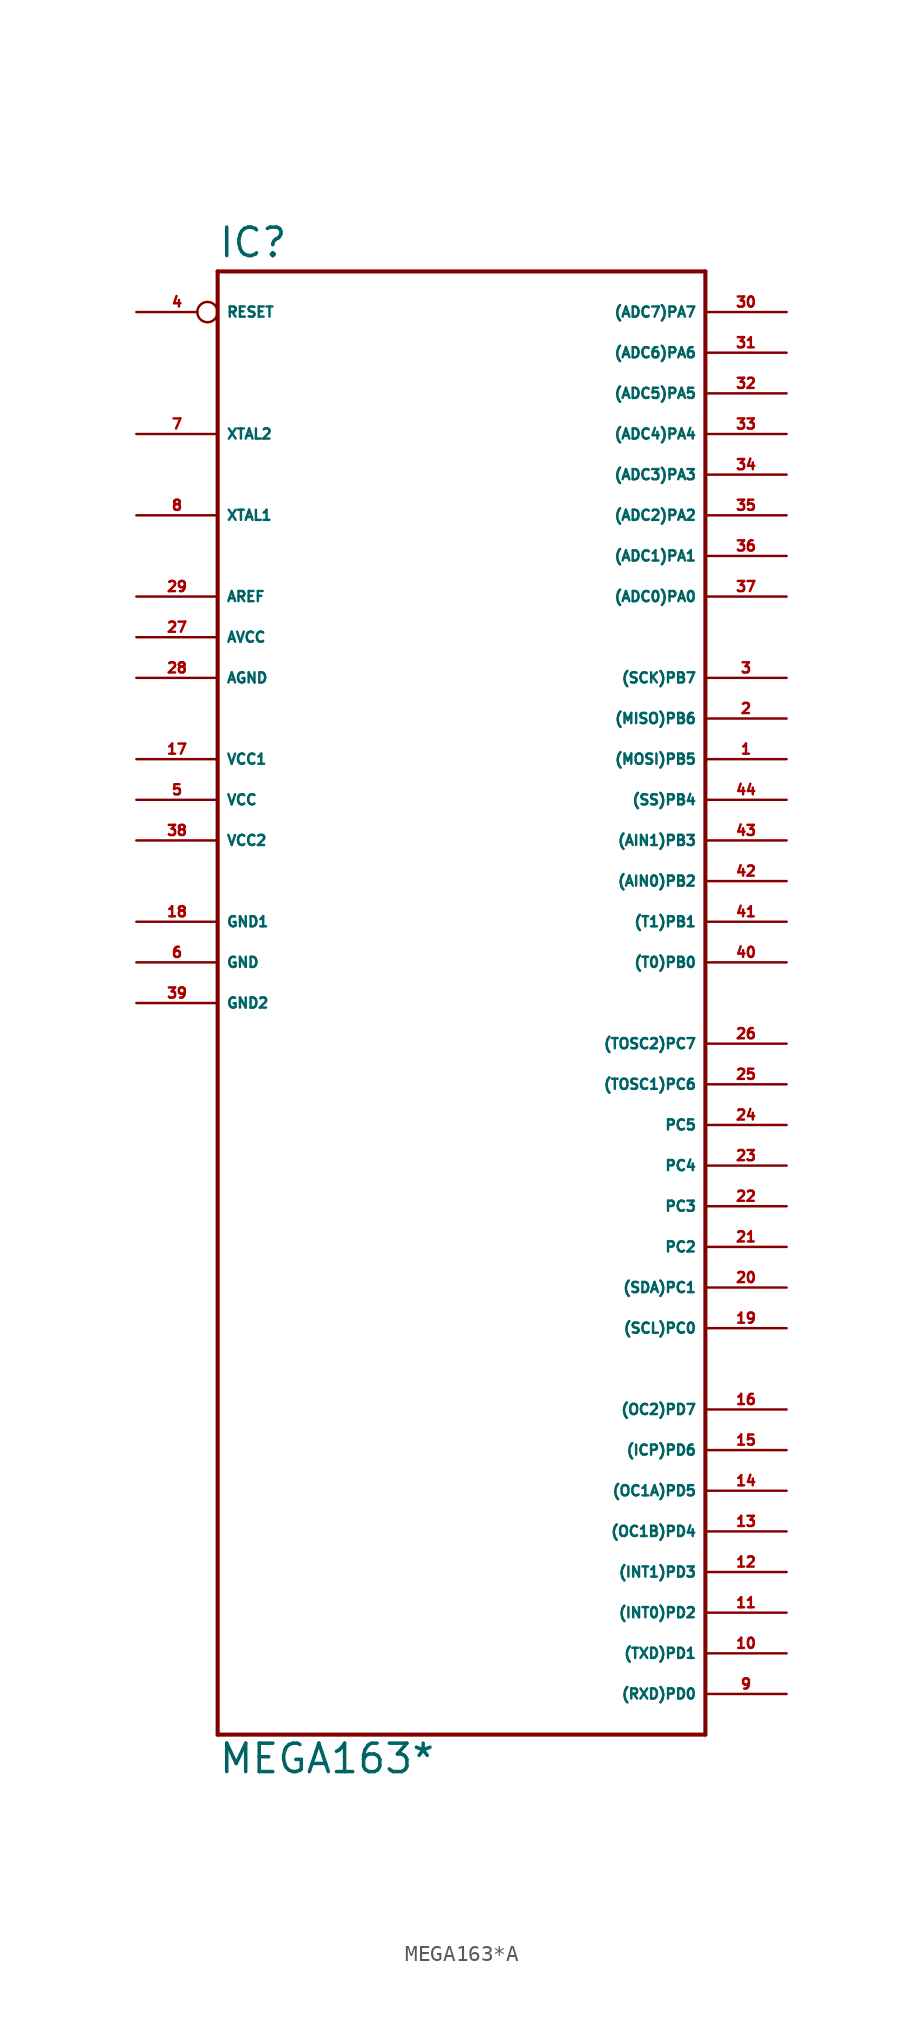
<source format=kicad_sym>
(kicad_symbol_lib
  (version 20220914)
  (generator Eagle2Kicad)
  (symbol "MEGA163*A"
    (property "Reference" "IC"
      (at -15.24 43.942 0)
      (effects (font (size 1.778 1.778) (thickness 0.22)) (justify left bottom)))
    (property "Value" "MEGA163*"
      (at -15.24 -50.8 0)
      (effects (font (size 1.778 1.778) (thickness 0.22)) (justify left bottom)))
    (polyline
      (pts (xy -15.24 43.18) (xy 15.24 43.18))
      (stroke (width 0.254) (type default))
      (fill (type none)))
    (polyline
      (pts (xy 15.24 43.18) (xy 15.24 -48.26))
      (stroke (width 0.254) (type default))
      (fill (type none)))
    (polyline
      (pts (xy 15.24 -48.26) (xy -15.24 -48.26))
      (stroke (width 0.254) (type default))
      (fill (type none)))
    (polyline
      (pts (xy -15.24 -48.26) (xy -15.24 43.18))
      (stroke (width 0.254) (type default))
      (fill (type none)))
    (pin bidirectional line
      (at 20.32 40.64 180)
      (length 5.08)
      (name "(ADC7)PA7" (effects (font (size 0.635 0.635) (thickness 0.08)) (justify left bottom)))
      (number "30" (effects (font (size 0.635 0.635) (thickness 0.08)) (justify left bottom))))
    (pin bidirectional line
      (at 20.32 38.1 180)
      (length 5.08)
      (name "(ADC6)PA6" (effects (font (size 0.635 0.635) (thickness 0.08)) (justify left bottom)))
      (number "31" (effects (font (size 0.635 0.635) (thickness 0.08)) (justify left bottom))))
    (pin bidirectional line
      (at 20.32 35.56 180)
      (length 5.08)
      (name "(ADC5)PA5" (effects (font (size 0.635 0.635) (thickness 0.08)) (justify left bottom)))
      (number "32" (effects (font (size 0.635 0.635) (thickness 0.08)) (justify left bottom))))
    (pin bidirectional line
      (at 20.32 33.02 180)
      (length 5.08)
      (name "(ADC4)PA4" (effects (font (size 0.635 0.635) (thickness 0.08)) (justify left bottom)))
      (number "33" (effects (font (size 0.635 0.635) (thickness 0.08)) (justify left bottom))))
    (pin bidirectional line
      (at 20.32 30.48 180)
      (length 5.08)
      (name "(ADC3)PA3" (effects (font (size 0.635 0.635) (thickness 0.08)) (justify left bottom)))
      (number "34" (effects (font (size 0.635 0.635) (thickness 0.08)) (justify left bottom))))
    (pin bidirectional line
      (at 20.32 27.94 180)
      (length 5.08)
      (name "(ADC2)PA2" (effects (font (size 0.635 0.635) (thickness 0.08)) (justify left bottom)))
      (number "35" (effects (font (size 0.635 0.635) (thickness 0.08)) (justify left bottom))))
    (pin bidirectional line
      (at 20.32 25.4 180)
      (length 5.08)
      (name "(ADC1)PA1" (effects (font (size 0.635 0.635) (thickness 0.08)) (justify left bottom)))
      (number "36" (effects (font (size 0.635 0.635) (thickness 0.08)) (justify left bottom))))
    (pin bidirectional line
      (at 20.32 22.86 180)
      (length 5.08)
      (name "(ADC0)PA0" (effects (font (size 0.635 0.635) (thickness 0.08)) (justify left bottom)))
      (number "37" (effects (font (size 0.635 0.635) (thickness 0.08)) (justify left bottom))))
    (pin bidirectional line
      (at 20.32 17.78 180)
      (length 5.08)
      (name "(SCK)PB7" (effects (font (size 0.635 0.635) (thickness 0.08)) (justify left bottom)))
      (number "3" (effects (font (size 0.635 0.635) (thickness 0.08)) (justify left bottom))))
    (pin bidirectional line
      (at 20.32 15.24 180)
      (length 5.08)
      (name "(MISO)PB6" (effects (font (size 0.635 0.635) (thickness 0.08)) (justify left bottom)))
      (number "2" (effects (font (size 0.635 0.635) (thickness 0.08)) (justify left bottom))))
    (pin bidirectional line
      (at 20.32 12.7 180)
      (length 5.08)
      (name "(MOSI)PB5" (effects (font (size 0.635 0.635) (thickness 0.08)) (justify left bottom)))
      (number "1" (effects (font (size 0.635 0.635) (thickness 0.08)) (justify left bottom))))
    (pin bidirectional line
      (at 20.32 10.16 180)
      (length 5.08)
      (name "(SS)PB4" (effects (font (size 0.635 0.635) (thickness 0.08)) (justify left bottom)))
      (number "44" (effects (font (size 0.635 0.635) (thickness 0.08)) (justify left bottom))))
    (pin bidirectional line
      (at 20.32 7.62 180)
      (length 5.08)
      (name "(AIN1)PB3" (effects (font (size 0.635 0.635) (thickness 0.08)) (justify left bottom)))
      (number "43" (effects (font (size 0.635 0.635) (thickness 0.08)) (justify left bottom))))
    (pin bidirectional line
      (at 20.32 5.08 180)
      (length 5.08)
      (name "(AIN0)PB2" (effects (font (size 0.635 0.635) (thickness 0.08)) (justify left bottom)))
      (number "42" (effects (font (size 0.635 0.635) (thickness 0.08)) (justify left bottom))))
    (pin bidirectional line
      (at 20.32 2.54 180)
      (length 5.08)
      (name "(T1)PB1" (effects (font (size 0.635 0.635) (thickness 0.08)) (justify left bottom)))
      (number "41" (effects (font (size 0.635 0.635) (thickness 0.08)) (justify left bottom))))
    (pin bidirectional line
      (at 20.32 0 180)
      (length 5.08)
      (name "(T0)PB0" (effects (font (size 0.635 0.635) (thickness 0.08)) (justify left bottom)))
      (number "40" (effects (font (size 0.635 0.635) (thickness 0.08)) (justify left bottom))))
    (pin bidirectional line
      (at 20.32 -5.08 180)
      (length 5.08)
      (name "(TOSC2)PC7" (effects (font (size 0.635 0.635) (thickness 0.08)) (justify left bottom)))
      (number "26" (effects (font (size 0.635 0.635) (thickness 0.08)) (justify left bottom))))
    (pin bidirectional line
      (at 20.32 -7.62 180)
      (length 5.08)
      (name "(TOSC1)PC6" (effects (font (size 0.635 0.635) (thickness 0.08)) (justify left bottom)))
      (number "25" (effects (font (size 0.635 0.635) (thickness 0.08)) (justify left bottom))))
    (pin bidirectional line
      (at 20.32 -10.16 180)
      (length 5.08)
      (name "PC5" (effects (font (size 0.635 0.635) (thickness 0.08)) (justify left bottom)))
      (number "24" (effects (font (size 0.635 0.635) (thickness 0.08)) (justify left bottom))))
    (pin bidirectional line
      (at 20.32 -12.7 180)
      (length 5.08)
      (name "PC4" (effects (font (size 0.635 0.635) (thickness 0.08)) (justify left bottom)))
      (number "23" (effects (font (size 0.635 0.635) (thickness 0.08)) (justify left bottom))))
    (pin bidirectional line
      (at 20.32 -15.24 180)
      (length 5.08)
      (name "PC3" (effects (font (size 0.635 0.635) (thickness 0.08)) (justify left bottom)))
      (number "22" (effects (font (size 0.635 0.635) (thickness 0.08)) (justify left bottom))))
    (pin bidirectional line
      (at 20.32 -17.78 180)
      (length 5.08)
      (name "PC2" (effects (font (size 0.635 0.635) (thickness 0.08)) (justify left bottom)))
      (number "21" (effects (font (size 0.635 0.635) (thickness 0.08)) (justify left bottom))))
    (pin bidirectional line
      (at 20.32 -20.32 180)
      (length 5.08)
      (name "(SDA)PC1" (effects (font (size 0.635 0.635) (thickness 0.08)) (justify left bottom)))
      (number "20" (effects (font (size 0.635 0.635) (thickness 0.08)) (justify left bottom))))
    (pin bidirectional line
      (at 20.32 -22.86 180)
      (length 5.08)
      (name "(SCL)PC0" (effects (font (size 0.635 0.635) (thickness 0.08)) (justify left bottom)))
      (number "19" (effects (font (size 0.635 0.635) (thickness 0.08)) (justify left bottom))))
    (pin unspecified line
      (at -20.32 17.78 0)
      (length 5.08)
      (name "AGND" (effects (font (size 0.635 0.635) (thickness 0.08)) (justify left bottom)))
      (number "28" (effects (font (size 0.635 0.635) (thickness 0.08)) (justify left bottom))))
    (pin unspecified line
      (at -20.32 20.32 0)
      (length 5.08)
      (name "AVCC" (effects (font (size 0.635 0.635) (thickness 0.08)) (justify left bottom)))
      (number "27" (effects (font (size 0.635 0.635) (thickness 0.08)) (justify left bottom))))
    (pin passive line
      (at -20.32 22.86 0)
      (length 5.08)
      (name "AREF" (effects (font (size 0.635 0.635) (thickness 0.08)) (justify left bottom)))
      (number "29" (effects (font (size 0.635 0.635) (thickness 0.08)) (justify left bottom))))
    (pin bidirectional line
      (at -20.32 27.94 0)
      (length 5.08)
      (name "XTAL1" (effects (font (size 0.635 0.635) (thickness 0.08)) (justify left bottom)))
      (number "8" (effects (font (size 0.635 0.635) (thickness 0.08)) (justify left bottom))))
    (pin bidirectional line
      (at -20.32 33.02 0)
      (length 5.08)
      (name "XTAL2" (effects (font (size 0.635 0.635) (thickness 0.08)) (justify left bottom)))
      (number "7" (effects (font (size 0.635 0.635) (thickness 0.08)) (justify left bottom))))
    (pin unspecified line
      (at -20.32 2.54 0)
      (length 5.08)
      (name "GND1" (effects (font (size 0.635 0.635) (thickness 0.08)) (justify left bottom)))
      (number "18" (effects (font (size 0.635 0.635) (thickness 0.08)) (justify left bottom))))
    (pin unspecified line
      (at -20.32 -2.54 0)
      (length 5.08)
      (name "GND2" (effects (font (size 0.635 0.635) (thickness 0.08)) (justify left bottom)))
      (number "39" (effects (font (size 0.635 0.635) (thickness 0.08)) (justify left bottom))))
    (pin input inverted
      (at -20.32 40.64 0)
      (length 5.08)
      (name "RESET" (effects (font (size 0.635 0.635) (thickness 0.08)) (justify left bottom)))
      (number "4" (effects (font (size 0.635 0.635) (thickness 0.08)) (justify left bottom))))
    (pin bidirectional line
      (at 20.32 -45.72 180)
      (length 5.08)
      (name "(RXD)PD0" (effects (font (size 0.635 0.635) (thickness 0.08)) (justify left bottom)))
      (number "9" (effects (font (size 0.635 0.635) (thickness 0.08)) (justify left bottom))))
    (pin bidirectional line
      (at 20.32 -43.18 180)
      (length 5.08)
      (name "(TXD)PD1" (effects (font (size 0.635 0.635) (thickness 0.08)) (justify left bottom)))
      (number "10" (effects (font (size 0.635 0.635) (thickness 0.08)) (justify left bottom))))
    (pin bidirectional line
      (at 20.32 -40.64 180)
      (length 5.08)
      (name "(INT0)PD2" (effects (font (size 0.635 0.635) (thickness 0.08)) (justify left bottom)))
      (number "11" (effects (font (size 0.635 0.635) (thickness 0.08)) (justify left bottom))))
    (pin bidirectional line
      (at 20.32 -38.1 180)
      (length 5.08)
      (name "(INT1)PD3" (effects (font (size 0.635 0.635) (thickness 0.08)) (justify left bottom)))
      (number "12" (effects (font (size 0.635 0.635) (thickness 0.08)) (justify left bottom))))
    (pin bidirectional line
      (at 20.32 -35.56 180)
      (length 5.08)
      (name "(OC1B)PD4" (effects (font (size 0.635 0.635) (thickness 0.08)) (justify left bottom)))
      (number "13" (effects (font (size 0.635 0.635) (thickness 0.08)) (justify left bottom))))
    (pin bidirectional line
      (at 20.32 -33.02 180)
      (length 5.08)
      (name "(OC1A)PD5" (effects (font (size 0.635 0.635) (thickness 0.08)) (justify left bottom)))
      (number "14" (effects (font (size 0.635 0.635) (thickness 0.08)) (justify left bottom))))
    (pin bidirectional line
      (at 20.32 -30.48 180)
      (length 5.08)
      (name "(ICP)PD6" (effects (font (size 0.635 0.635) (thickness 0.08)) (justify left bottom)))
      (number "15" (effects (font (size 0.635 0.635) (thickness 0.08)) (justify left bottom))))
    (pin bidirectional line
      (at 20.32 -27.94 180)
      (length 5.08)
      (name "(OC2)PD7" (effects (font (size 0.635 0.635) (thickness 0.08)) (justify left bottom)))
      (number "16" (effects (font (size 0.635 0.635) (thickness 0.08)) (justify left bottom))))
    (pin unspecified line
      (at -20.32 12.7 0)
      (length 5.08)
      (name "VCC1" (effects (font (size 0.635 0.635) (thickness 0.08)) (justify left bottom)))
      (number "17" (effects (font (size 0.635 0.635) (thickness 0.08)) (justify left bottom))))
    (pin unspecified line
      (at -20.32 10.16 0)
      (length 5.08)
      (name "VCC" (effects (font (size 0.635 0.635) (thickness 0.08)) (justify left bottom)))
      (number "5" (effects (font (size 0.635 0.635) (thickness 0.08)) (justify left bottom))))
    (pin unspecified line
      (at -20.32 7.62 0)
      (length 5.08)
      (name "VCC2" (effects (font (size 0.635 0.635) (thickness 0.08)) (justify left bottom)))
      (number "38" (effects (font (size 0.635 0.635) (thickness 0.08)) (justify left bottom))))
    (pin unspecified line
      (at -20.32 0 0)
      (length 5.08)
      (name "GND" (effects (font (size 0.635 0.635) (thickness 0.08)) (justify left bottom)))
      (number "6" (effects (font (size 0.635 0.635) (thickness 0.08)) (justify left bottom))))))
</source>
